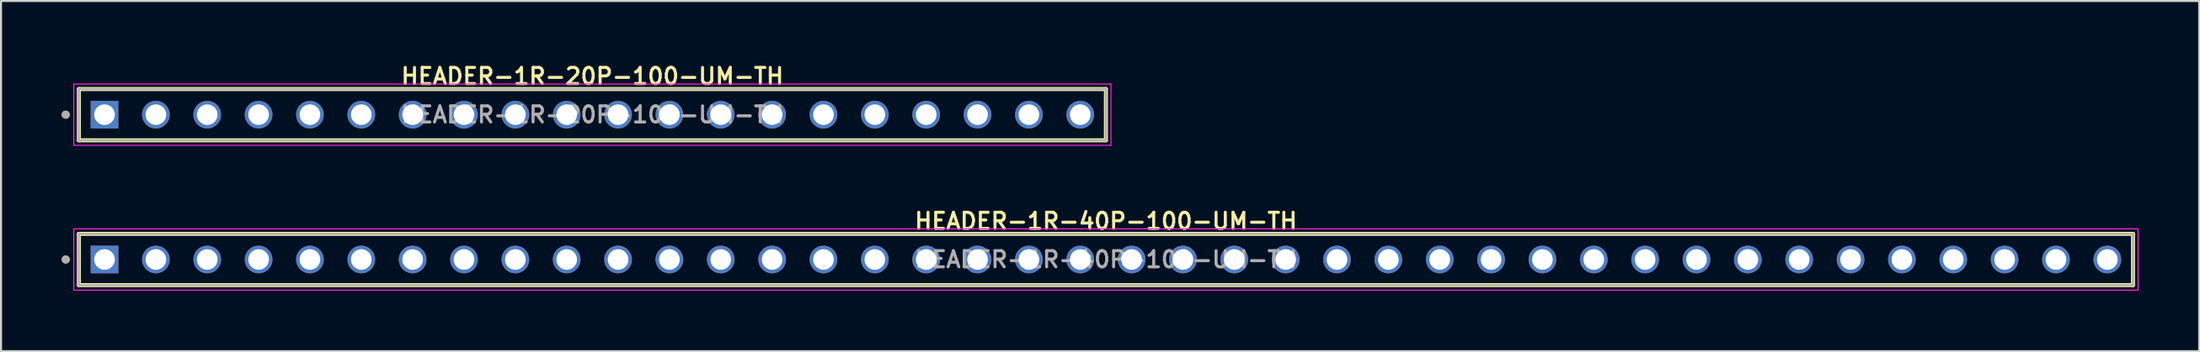
<source format=kicad_pcb>
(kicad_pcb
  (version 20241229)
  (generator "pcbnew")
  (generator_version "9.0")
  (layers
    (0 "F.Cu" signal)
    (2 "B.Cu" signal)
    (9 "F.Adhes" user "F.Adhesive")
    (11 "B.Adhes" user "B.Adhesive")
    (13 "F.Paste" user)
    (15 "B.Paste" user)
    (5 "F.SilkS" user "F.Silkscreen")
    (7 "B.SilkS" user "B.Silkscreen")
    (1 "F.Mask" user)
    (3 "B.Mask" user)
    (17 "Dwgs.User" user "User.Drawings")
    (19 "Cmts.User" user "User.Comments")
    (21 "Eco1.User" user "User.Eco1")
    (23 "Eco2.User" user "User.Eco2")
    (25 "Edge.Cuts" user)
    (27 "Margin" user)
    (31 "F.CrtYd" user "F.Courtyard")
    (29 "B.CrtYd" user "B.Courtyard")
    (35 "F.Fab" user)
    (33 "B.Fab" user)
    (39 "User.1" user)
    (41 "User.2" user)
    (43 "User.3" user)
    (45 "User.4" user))
  (footprint "HEADER-1R-20P-100-UM-TH"
    (layer "F.Cu")
    (at 26.25 2.636)
    (property "Reference" "HEADER-1R-20P-100-UM-TH" (at 0 -1.905 0) (layer "F.SilkS") (effects (font (size 0.8 0.8) (thickness 0.15))))
    (attr through_hole)
    (fp_line (start -25.4 1.27) (end -25.4 -1.27) (stroke (width 0.2) (type solid)) (layer "F.SilkS"))
    (fp_line (start 25.4 -1.27) (end -25.4 -1.27) (stroke (width 0.2) (type solid)) (layer "F.SilkS"))
    (fp_line (start 25.4 -1.27) (end 25.4 1.27) (stroke (width 0.2) (type solid)) (layer "F.SilkS"))
    (fp_line (start 25.4 1.27) (end -25.4 1.27) (stroke (width 0.2) (type solid)) (layer "F.SilkS"))
    (fp_circle (center -26.05 0) (end -25.95 0) (stroke (width 0.2) (type solid)) (fill no) (layer "F.SilkS"))
    (fp_line (start -25.65 -1.52) (end 25.65 -1.52) (stroke (width 0.05) (type solid)) (layer "F.CrtYd"))
    (fp_line (start -25.65 1.52) (end -25.65 -1.52) (stroke (width 0.05) (type solid)) (layer "F.CrtYd"))
    (fp_line (start 25.65 -1.52) (end 25.65 1.52) (stroke (width 0.05) (type solid)) (layer "F.CrtYd"))
    (fp_line (start 25.65 1.52) (end -25.65 1.52) (stroke (width 0.05) (type solid)) (layer "F.CrtYd"))
    (fp_line (start -25.4 -1.27) (end 25.4 -1.27) (stroke (width 0.1) (type solid)) (layer "F.Fab"))
    (fp_line (start -25.4 1.27) (end -25.4 -1.27) (stroke (width 0.1) (type solid)) (layer "F.Fab"))
    (fp_line (start 25.4 -1.27) (end 25.4 1.27) (stroke (width 0.1) (type solid)) (layer "F.Fab"))
    (fp_line (start 25.4 1.27) (end -25.4 1.27) (stroke (width 0.1) (type solid)) (layer "F.Fab"))
    (fp_circle (center -26.05 0) (end -25.95 0) (stroke (width 0.2) (type solid)) (fill no) (layer "F.Fab"))
    (fp_text user "${REFERENCE}" (at 0 0 0) (layer "F.Fab") (effects (font (size 0.8 0.8) (thickness 0.15) (bold yes))))
    (pad "01" thru_hole rect (at -24.13 0) (size 1.37 1.37) (drill 1.02) (layers "*.Cu" "*.Mask"))
    (pad "02" thru_hole circle (at -21.59 0) (size 1.37 1.37) (drill 1.02) (layers "*.Cu" "*.Mask"))
    (pad "03" thru_hole circle (at -19.05 0) (size 1.37 1.37) (drill 1.02) (layers "*.Cu" "*.Mask"))
    (pad "04" thru_hole circle (at -16.51 0) (size 1.37 1.37) (drill 1.02) (layers "*.Cu" "*.Mask"))
    (pad "05" thru_hole circle (at -13.97 0) (size 1.37 1.37) (drill 1.02) (layers "*.Cu" "*.Mask"))
    (pad "06" thru_hole circle (at -11.43 0) (size 1.37 1.37) (drill 1.02) (layers "*.Cu" "*.Mask"))
    (pad "07" thru_hole circle (at -8.89 0) (size 1.37 1.37) (drill 1.02) (layers "*.Cu" "*.Mask"))
    (pad "08" thru_hole circle (at -6.35 0) (size 1.37 1.37) (drill 1.02) (layers "*.Cu" "*.Mask"))
    (pad "09" thru_hole circle (at -3.81 0) (size 1.37 1.37) (drill 1.02) (layers "*.Cu" "*.Mask"))
    (pad "10" thru_hole circle (at -1.27 0) (size 1.37 1.37) (drill 1.02) (layers "*.Cu" "*.Mask"))
    (pad "11" thru_hole circle (at 1.27 0) (size 1.37 1.37) (drill 1.02) (layers "*.Cu" "*.Mask"))
    (pad "12" thru_hole circle (at 3.81 0) (size 1.37 1.37) (drill 1.02) (layers "*.Cu" "*.Mask"))
    (pad "13" thru_hole circle (at 6.35 0) (size 1.37 1.37) (drill 1.02) (layers "*.Cu" "*.Mask"))
    (pad "14" thru_hole circle (at 8.89 0) (size 1.37 1.37) (drill 1.02) (layers "*.Cu" "*.Mask"))
    (pad "15" thru_hole circle (at 11.43 0) (size 1.37 1.37) (drill 1.02) (layers "*.Cu" "*.Mask"))
    (pad "16" thru_hole circle (at 13.97 0) (size 1.37 1.37) (drill 1.02) (layers "*.Cu" "*.Mask"))
    (pad "17" thru_hole circle (at 16.51 0) (size 1.37 1.37) (drill 1.02) (layers "*.Cu" "*.Mask"))
    (pad "18" thru_hole circle (at 19.05 0) (size 1.37 1.37) (drill 1.02) (layers "*.Cu" "*.Mask"))
    (pad "19" thru_hole circle (at 21.59 0) (size 1.37 1.37) (drill 1.02) (layers "*.Cu" "*.Mask"))
    (pad "20" thru_hole circle (at 24.13 0) (size 1.37 1.37) (drill 1.02) (layers "*.Cu" "*.Mask")))
  (footprint "HEADER-1R-40P-100-UM-TH"
    (layer "F.Cu")
    (at 51.65 9.818)
    (property "Reference" "HEADER-1R-40P-100-UM-TH" (at 0 -1.905 0) (layer "F.SilkS") (effects (font (size 0.8 0.8) (thickness 0.15))))
    (attr through_hole)
    (fp_line (start -50.8 1.27) (end -50.8 -1.27) (stroke (width 0.2) (type solid)) (layer "F.SilkS"))
    (fp_line (start 50.8 -1.27) (end -50.8 -1.27) (stroke (width 0.2) (type solid)) (layer "F.SilkS"))
    (fp_line (start 50.8 -1.27) (end 50.8 1.27) (stroke (width 0.2) (type solid)) (layer "F.SilkS"))
    (fp_line (start 50.8 1.27) (end -50.8 1.27) (stroke (width 0.2) (type solid)) (layer "F.SilkS"))
    (fp_circle (center -51.45 0) (end -51.35 0) (stroke (width 0.2) (type solid)) (fill no) (layer "F.SilkS"))
    (fp_line (start -51.05 -1.52) (end 51.05 -1.52) (stroke (width 0.05) (type solid)) (layer "F.CrtYd"))
    (fp_line (start -51.05 1.52) (end -51.05 -1.52) (stroke (width 0.05) (type solid)) (layer "F.CrtYd"))
    (fp_line (start 51.05 -1.52) (end 51.05 1.52) (stroke (width 0.05) (type solid)) (layer "F.CrtYd"))
    (fp_line (start 51.05 1.52) (end -51.05 1.52) (stroke (width 0.05) (type solid)) (layer "F.CrtYd"))
    (fp_line (start -50.8 -1.27) (end 50.8 -1.27) (stroke (width 0.1) (type solid)) (layer "F.Fab"))
    (fp_line (start -50.8 1.27) (end -50.8 -1.27) (stroke (width 0.1) (type solid)) (layer "F.Fab"))
    (fp_line (start 50.8 -1.27) (end 50.8 1.27) (stroke (width 0.1) (type solid)) (layer "F.Fab"))
    (fp_line (start 50.8 1.27) (end -50.8 1.27) (stroke (width 0.1) (type solid)) (layer "F.Fab"))
    (fp_circle (center -51.45 0) (end -51.35 0) (stroke (width 0.2) (type solid)) (fill no) (layer "F.Fab"))
    (fp_text user "${REFERENCE}" (at 0 0 0) (layer "F.Fab") (effects (font (size 0.8 0.8) (thickness 0.15) (bold yes))))
    (pad "01" thru_hole rect (at -49.53 0) (size 1.37 1.37) (drill 1.02) (layers "*.Cu" "*.Mask"))
    (pad "02" thru_hole circle (at -46.99 0) (size 1.37 1.37) (drill 1.02) (layers "*.Cu" "*.Mask"))
    (pad "03" thru_hole circle (at -44.45 0) (size 1.37 1.37) (drill 1.02) (layers "*.Cu" "*.Mask"))
    (pad "04" thru_hole circle (at -41.91 0) (size 1.37 1.37) (drill 1.02) (layers "*.Cu" "*.Mask"))
    (pad "05" thru_hole circle (at -39.37 0) (size 1.37 1.37) (drill 1.02) (layers "*.Cu" "*.Mask"))
    (pad "06" thru_hole circle (at -36.83 0) (size 1.37 1.37) (drill 1.02) (layers "*.Cu" "*.Mask"))
    (pad "07" thru_hole circle (at -34.29 0) (size 1.37 1.37) (drill 1.02) (layers "*.Cu" "*.Mask"))
    (pad "08" thru_hole circle (at -31.75 0) (size 1.37 1.37) (drill 1.02) (layers "*.Cu" "*.Mask"))
    (pad "09" thru_hole circle (at -29.21 0) (size 1.37 1.37) (drill 1.02) (layers "*.Cu" "*.Mask"))
    (pad "10" thru_hole circle (at -26.67 0) (size 1.37 1.37) (drill 1.02) (layers "*.Cu" "*.Mask"))
    (pad "11" thru_hole circle (at -24.13 0) (size 1.37 1.37) (drill 1.02) (layers "*.Cu" "*.Mask"))
    (pad "12" thru_hole circle (at -21.59 0) (size 1.37 1.37) (drill 1.02) (layers "*.Cu" "*.Mask"))
    (pad "13" thru_hole circle (at -19.05 0) (size 1.37 1.37) (drill 1.02) (layers "*.Cu" "*.Mask"))
    (pad "14" thru_hole circle (at -16.51 0) (size 1.37 1.37) (drill 1.02) (layers "*.Cu" "*.Mask"))
    (pad "15" thru_hole circle (at -13.97 0) (size 1.37 1.37) (drill 1.02) (layers "*.Cu" "*.Mask"))
    (pad "16" thru_hole circle (at -11.43 0) (size 1.37 1.37) (drill 1.02) (layers "*.Cu" "*.Mask"))
    (pad "17" thru_hole circle (at -8.89 0) (size 1.37 1.37) (drill 1.02) (layers "*.Cu" "*.Mask"))
    (pad "18" thru_hole circle (at -6.35 0) (size 1.37 1.37) (drill 1.02) (layers "*.Cu" "*.Mask"))
    (pad "19" thru_hole circle (at -3.81 0) (size 1.37 1.37) (drill 1.02) (layers "*.Cu" "*.Mask"))
    (pad "20" thru_hole circle (at -1.27 0) (size 1.37 1.37) (drill 1.02) (layers "*.Cu" "*.Mask"))
    (pad "21" thru_hole circle (at 1.27 0) (size 1.37 1.37) (drill 1.02) (layers "*.Cu" "*.Mask"))
    (pad "22" thru_hole circle (at 3.81 0) (size 1.37 1.37) (drill 1.02) (layers "*.Cu" "*.Mask"))
    (pad "23" thru_hole circle (at 6.35 0) (size 1.37 1.37) (drill 1.02) (layers "*.Cu" "*.Mask"))
    (pad "24" thru_hole circle (at 8.89 0) (size 1.37 1.37) (drill 1.02) (layers "*.Cu" "*.Mask"))
    (pad "25" thru_hole circle (at 11.43 0) (size 1.37 1.37) (drill 1.02) (layers "*.Cu" "*.Mask"))
    (pad "26" thru_hole circle (at 13.97 0) (size 1.37 1.37) (drill 1.02) (layers "*.Cu" "*.Mask"))
    (pad "27" thru_hole circle (at 16.51 0) (size 1.37 1.37) (drill 1.02) (layers "*.Cu" "*.Mask"))
    (pad "28" thru_hole circle (at 19.05 0) (size 1.37 1.37) (drill 1.02) (layers "*.Cu" "*.Mask"))
    (pad "29" thru_hole circle (at 21.59 0) (size 1.37 1.37) (drill 1.02) (layers "*.Cu" "*.Mask"))
    (pad "30" thru_hole circle (at 24.13 0) (size 1.37 1.37) (drill 1.02) (layers "*.Cu" "*.Mask"))
    (pad "31" thru_hole circle (at 26.67 0) (size 1.37 1.37) (drill 1.02) (layers "*.Cu" "*.Mask"))
    (pad "32" thru_hole circle (at 29.21 0) (size 1.37 1.37) (drill 1.02) (layers "*.Cu" "*.Mask"))
    (pad "33" thru_hole circle (at 31.75 0) (size 1.37 1.37) (drill 1.02) (layers "*.Cu" "*.Mask"))
    (pad "34" thru_hole circle (at 34.29 0) (size 1.37 1.37) (drill 1.02) (layers "*.Cu" "*.Mask"))
    (pad "35" thru_hole circle (at 36.83 0) (size 1.37 1.37) (drill 1.02) (layers "*.Cu" "*.Mask"))
    (pad "36" thru_hole circle (at 39.37 0) (size 1.37 1.37) (drill 1.02) (layers "*.Cu" "*.Mask"))
    (pad "37" thru_hole circle (at 41.91 0) (size 1.37 1.37) (drill 1.02) (layers "*.Cu" "*.Mask"))
    (pad "38" thru_hole circle (at 44.45 0) (size 1.37 1.37) (drill 1.02) (layers "*.Cu" "*.Mask"))
    (pad "39" thru_hole circle (at 46.99 0) (size 1.37 1.37) (drill 1.02) (layers "*.Cu" "*.Mask"))
    (pad "40" thru_hole circle (at 49.53 0) (size 1.37 1.37) (drill 1.02) (layers "*.Cu" "*.Mask")))
  (gr_rect
    (start -3 -3)
    (end 105.725 14.363)
    (stroke (width 0.1) (type default))
    (fill no)
    (layer "Edge.Cuts")))
</source>
